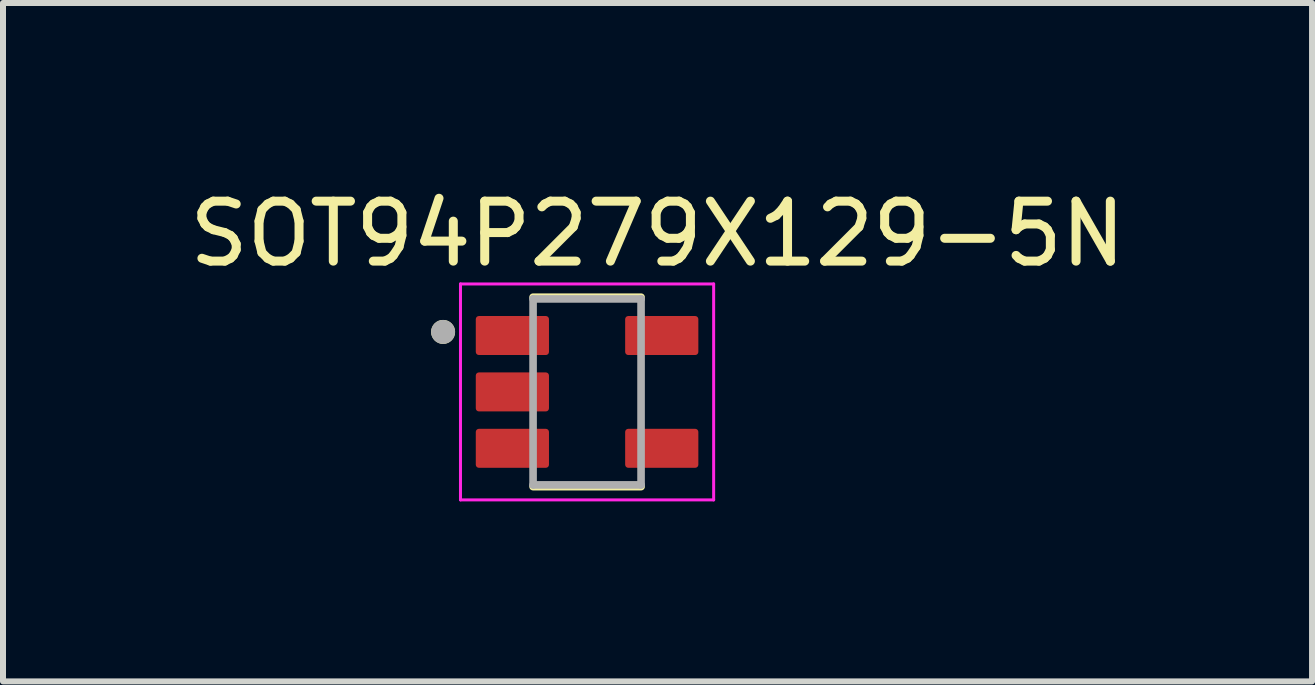
<source format=kicad_pcb>
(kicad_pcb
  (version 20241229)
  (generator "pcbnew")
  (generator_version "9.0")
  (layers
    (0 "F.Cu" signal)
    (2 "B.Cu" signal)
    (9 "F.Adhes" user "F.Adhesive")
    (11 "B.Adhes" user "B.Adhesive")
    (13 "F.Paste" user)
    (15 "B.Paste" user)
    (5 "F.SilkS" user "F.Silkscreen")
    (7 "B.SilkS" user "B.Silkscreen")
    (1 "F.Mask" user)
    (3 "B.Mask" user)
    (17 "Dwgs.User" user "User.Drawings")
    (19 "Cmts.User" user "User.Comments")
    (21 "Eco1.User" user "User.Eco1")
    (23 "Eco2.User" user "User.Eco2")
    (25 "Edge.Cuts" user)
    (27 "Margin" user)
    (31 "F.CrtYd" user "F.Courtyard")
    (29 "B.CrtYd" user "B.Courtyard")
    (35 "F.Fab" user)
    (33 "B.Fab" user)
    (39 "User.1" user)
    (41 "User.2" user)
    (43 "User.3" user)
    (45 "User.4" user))
  (footprint "SOT94P279X129-5N"
    (layer "F.Cu")
    (at 6.736 3.483)
    (property "Reference" "SOT94P279X129-5N" (at 1.175 -2.635 0) (layer "F.SilkS") (effects (font (size 1 1) (thickness 0.15))))
    (attr through_hole)
    (fp_line (start -0.9 -1.579) (end 0.9 -1.579) (stroke (width 0.127) (type solid)) (layer "F.SilkS"))
    (fp_line (start -0.9 1.579) (end 0.9 1.579) (stroke (width 0.127) (type solid)) (layer "F.SilkS"))
    (fp_circle (center -2.4 -1) (end -2.3 -1) (stroke (width 0.2) (type solid)) (fill no) (layer "F.SilkS"))
    (fp_line (start -2.11 -1.8) (end 2.11 -1.8) (stroke (width 0.05) (type solid)) (layer "F.CrtYd"))
    (fp_line (start -2.11 1.8) (end -2.11 -1.8) (stroke (width 0.05) (type solid)) (layer "F.CrtYd"))
    (fp_line (start 2.11 -1.8) (end 2.11 1.8) (stroke (width 0.05) (type solid)) (layer "F.CrtYd"))
    (fp_line (start 2.11 1.8) (end -2.11 1.8) (stroke (width 0.05) (type solid)) (layer "F.CrtYd"))
    (fp_line (start -0.9 -1.55) (end 0.9 -1.55) (stroke (width 0.127) (type solid)) (layer "F.Fab"))
    (fp_line (start -0.9 1.55) (end -0.9 -1.55) (stroke (width 0.127) (type solid)) (layer "F.Fab"))
    (fp_line (start 0.9 -1.55) (end 0.9 1.55) (stroke (width 0.127) (type solid)) (layer "F.Fab"))
    (fp_line (start 0.9 1.55) (end -0.9 1.55) (stroke (width 0.127) (type solid)) (layer "F.Fab"))
    (fp_circle (center -2.4 -1) (end -2.3 -1) (stroke (width 0.2) (type solid)) (fill no) (layer "F.Fab"))
    (pad "1" smd roundrect (at -1.245 -0.94) (size 1.22 0.65) (layers "F.Cu" "F.Mask" "F.Paste") (roundrect_rratio 0.08))
    (pad "2" smd roundrect (at -1.245 0) (size 1.22 0.65) (layers "F.Cu" "F.Mask" "F.Paste") (roundrect_rratio 0.08))
    (pad "3" smd roundrect (at -1.245 0.94) (size 1.22 0.65) (layers "F.Cu" "F.Mask" "F.Paste") (roundrect_rratio 0.08))
    (pad "4" smd roundrect (at 1.245 0.94) (size 1.22 0.65) (layers "F.Cu" "F.Mask" "F.Paste") (roundrect_rratio 0.08))
    (pad "5" smd roundrect (at 1.245 -0.94) (size 1.22 0.65) (layers "F.Cu" "F.Mask" "F.Paste") (roundrect_rratio 0.08)))
  (gr_rect
    (start -3 -3)
    (end 18.821 8.308)
    (stroke (width 0.1) (type default))
    (fill no)
    (layer "Edge.Cuts")))
</source>
